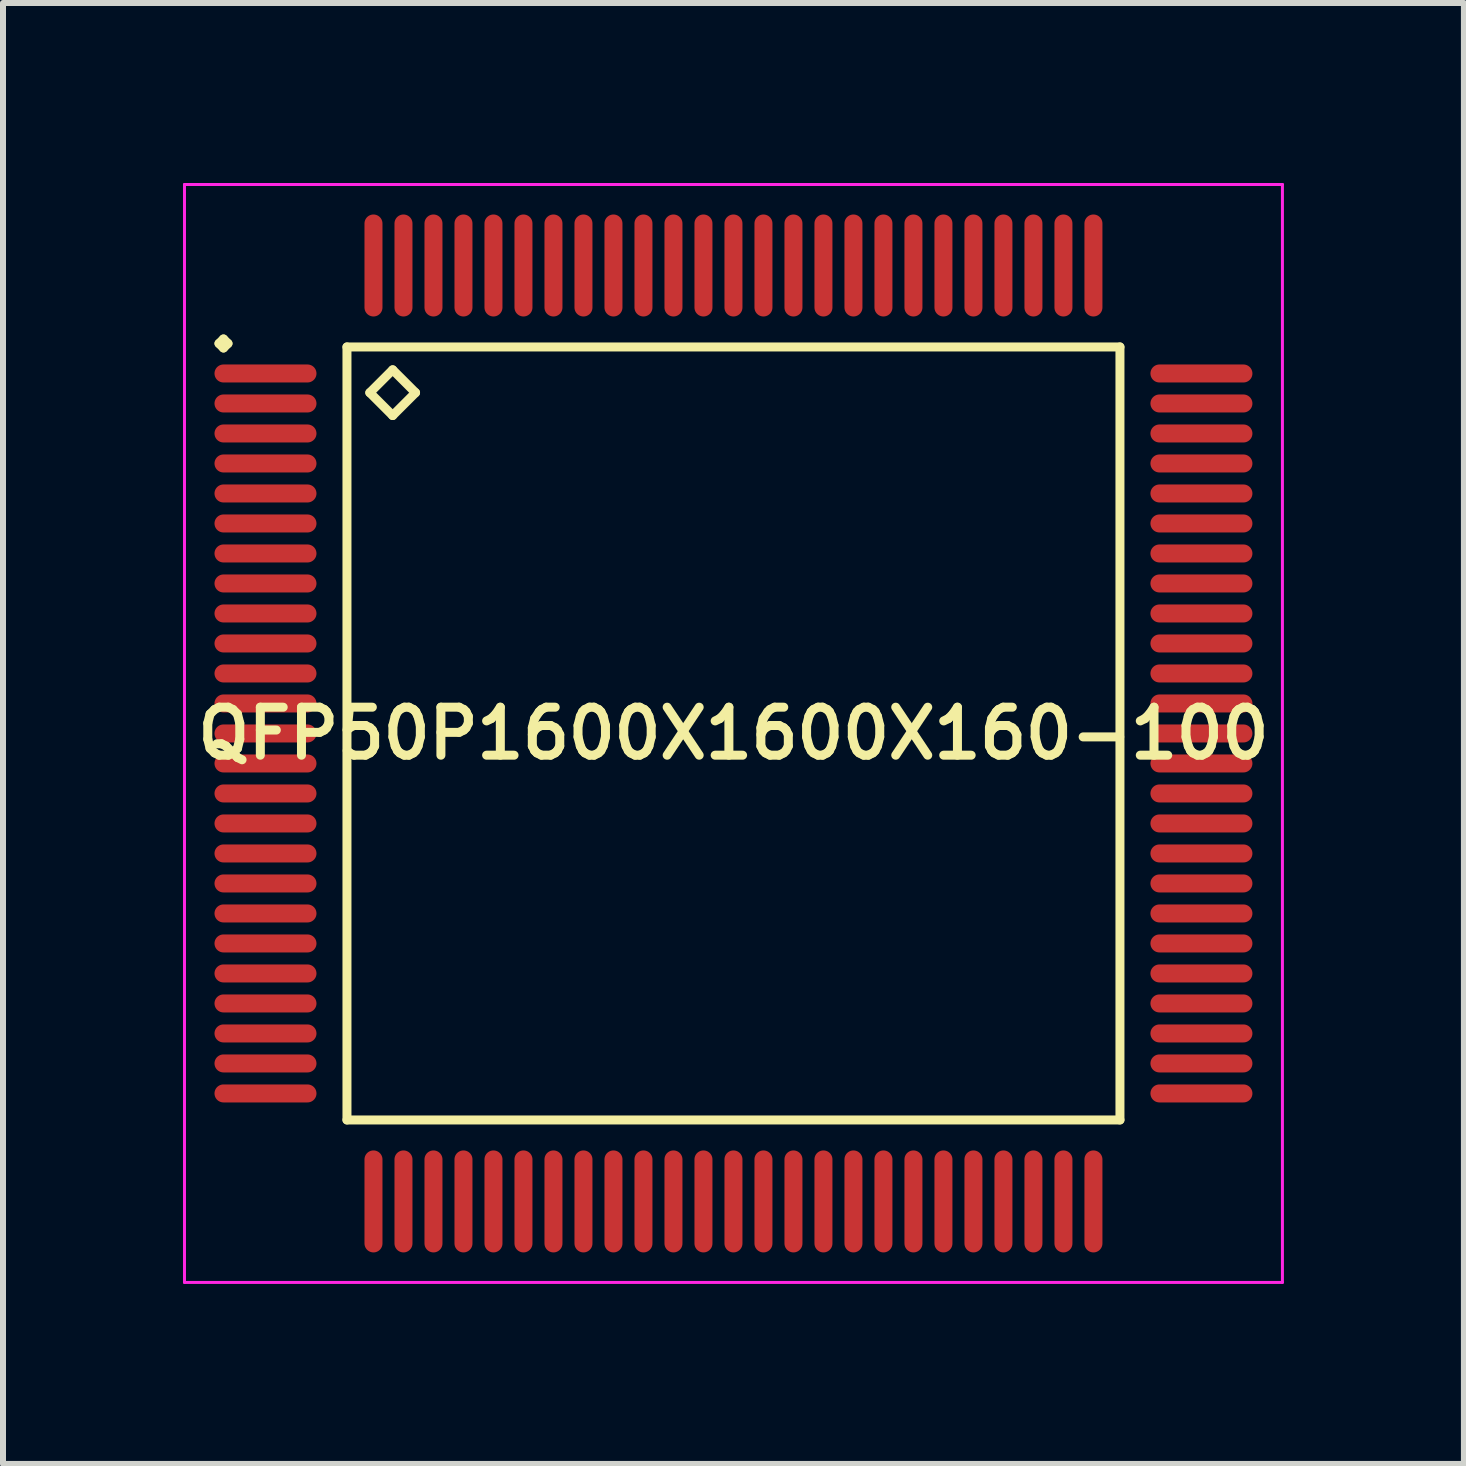
<source format=kicad_pcb>
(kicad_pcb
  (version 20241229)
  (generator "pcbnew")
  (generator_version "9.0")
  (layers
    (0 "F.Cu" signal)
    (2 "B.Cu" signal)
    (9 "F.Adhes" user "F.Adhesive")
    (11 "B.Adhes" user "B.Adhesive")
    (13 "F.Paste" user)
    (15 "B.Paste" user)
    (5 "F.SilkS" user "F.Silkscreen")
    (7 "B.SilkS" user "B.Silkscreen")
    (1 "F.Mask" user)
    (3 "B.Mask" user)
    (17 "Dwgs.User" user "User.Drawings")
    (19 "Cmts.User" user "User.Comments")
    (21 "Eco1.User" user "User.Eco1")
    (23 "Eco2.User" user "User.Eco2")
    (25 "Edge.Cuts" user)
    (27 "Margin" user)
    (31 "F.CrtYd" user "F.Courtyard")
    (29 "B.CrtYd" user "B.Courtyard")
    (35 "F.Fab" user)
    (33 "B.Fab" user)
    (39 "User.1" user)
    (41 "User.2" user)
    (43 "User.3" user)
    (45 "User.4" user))
  (footprint "QFP50P1600X1600X160-100"
    (layer "F.Cu")
    (at 9.175 9.175)
    (property "Reference" "QFP50P1600X1600X160-100" (at 0 0 0) (layer "F.SilkS") (effects (font (size 0.8 0.8) (thickness 0.15))))
    (attr smd)
    (fp_line (start -8.575 -6.5) (end -8.5 -6.575) (stroke (width 0.15) (type solid)) (layer "F.SilkS"))
    (fp_line (start -8.5 -6.575) (end -8.425 -6.5) (stroke (width 0.15) (type solid)) (layer "F.SilkS"))
    (fp_line (start -8.5 -6.425) (end -8.575 -6.5) (stroke (width 0.15) (type solid)) (layer "F.SilkS"))
    (fp_line (start -8.425 -6.5) (end -8.5 -6.425) (stroke (width 0.15) (type solid)) (layer "F.SilkS"))
    (fp_line (start -6.442 -6.442) (end -6.442 6.442) (stroke (width 0.15) (type solid)) (layer "F.SilkS"))
    (fp_line (start -6.442 6.442) (end 6.442 6.442) (stroke (width 0.15) (type solid)) (layer "F.SilkS"))
    (fp_line (start -6.061 -5.68) (end -5.68 -6.061) (stroke (width 0.15) (type solid)) (layer "F.SilkS"))
    (fp_line (start -5.68 -6.061) (end -5.299 -5.68) (stroke (width 0.15) (type solid)) (layer "F.SilkS"))
    (fp_line (start -5.68 -5.299) (end -6.061 -5.68) (stroke (width 0.15) (type solid)) (layer "F.SilkS"))
    (fp_line (start -5.299 -5.68) (end -5.68 -5.299) (stroke (width 0.15) (type solid)) (layer "F.SilkS"))
    (fp_line (start 6.442 -6.442) (end -6.442 -6.442) (stroke (width 0.15) (type solid)) (layer "F.SilkS"))
    (fp_line (start 6.442 6.442) (end 6.442 -6.442) (stroke (width 0.15) (type solid)) (layer "F.SilkS"))
    (fp_line (start -9.15 -9.15) (end 9.15 -9.15) (stroke (width 0.05) (type solid)) (layer "F.CrtYd"))
    (fp_line (start -9.15 9.15) (end -9.15 -9.15) (stroke (width 0.05) (type solid)) (layer "F.CrtYd"))
    (fp_line (start 9.15 -9.15) (end 9.15 9.15) (stroke (width 0.05) (type solid)) (layer "F.CrtYd"))
    (fp_line (start 9.15 9.15) (end -9.15 9.15) (stroke (width 0.05) (type solid)) (layer "F.CrtYd"))
    (pad "1" smd oval (at -7.8 -6) (size 1.7 0.3) (layers "F.Cu" "F.Mask" "F.Paste"))
    (pad "2" smd oval (at -7.8 -5.5) (size 1.7 0.3) (layers "F.Cu" "F.Mask" "F.Paste"))
    (pad "3" smd oval (at -7.8 -5) (size 1.7 0.3) (layers "F.Cu" "F.Mask" "F.Paste"))
    (pad "4" smd oval (at -7.8 -4.5) (size 1.7 0.3) (layers "F.Cu" "F.Mask" "F.Paste"))
    (pad "5" smd oval (at -7.8 -4) (size 1.7 0.3) (layers "F.Cu" "F.Mask" "F.Paste"))
    (pad "6" smd oval (at -7.8 -3.5) (size 1.7 0.3) (layers "F.Cu" "F.Mask" "F.Paste"))
    (pad "7" smd oval (at -7.8 -3) (size 1.7 0.3) (layers "F.Cu" "F.Mask" "F.Paste"))
    (pad "8" smd oval (at -7.8 -2.5) (size 1.7 0.3) (layers "F.Cu" "F.Mask" "F.Paste"))
    (pad "9" smd oval (at -7.8 -2) (size 1.7 0.3) (layers "F.Cu" "F.Mask" "F.Paste"))
    (pad "10" smd oval (at -7.8 -1.5) (size 1.7 0.3) (layers "F.Cu" "F.Mask" "F.Paste"))
    (pad "11" smd oval (at -7.8 -1) (size 1.7 0.3) (layers "F.Cu" "F.Mask" "F.Paste"))
    (pad "12" smd oval (at -7.8 -0.5) (size 1.7 0.3) (layers "F.Cu" "F.Mask" "F.Paste"))
    (pad "13" smd oval (at -7.8 0) (size 1.7 0.3) (layers "F.Cu" "F.Mask" "F.Paste"))
    (pad "14" smd oval (at -7.8 0.5) (size 1.7 0.3) (layers "F.Cu" "F.Mask" "F.Paste"))
    (pad "15" smd oval (at -7.8 1) (size 1.7 0.3) (layers "F.Cu" "F.Mask" "F.Paste"))
    (pad "16" smd oval (at -7.8 1.5) (size 1.7 0.3) (layers "F.Cu" "F.Mask" "F.Paste"))
    (pad "17" smd oval (at -7.8 2) (size 1.7 0.3) (layers "F.Cu" "F.Mask" "F.Paste"))
    (pad "18" smd oval (at -7.8 2.5) (size 1.7 0.3) (layers "F.Cu" "F.Mask" "F.Paste"))
    (pad "19" smd oval (at -7.8 3) (size 1.7 0.3) (layers "F.Cu" "F.Mask" "F.Paste"))
    (pad "20" smd oval (at -7.8 3.5) (size 1.7 0.3) (layers "F.Cu" "F.Mask" "F.Paste"))
    (pad "21" smd oval (at -7.8 4) (size 1.7 0.3) (layers "F.Cu" "F.Mask" "F.Paste"))
    (pad "22" smd oval (at -7.8 4.5) (size 1.7 0.3) (layers "F.Cu" "F.Mask" "F.Paste"))
    (pad "23" smd oval (at -7.8 5) (size 1.7 0.3) (layers "F.Cu" "F.Mask" "F.Paste"))
    (pad "24" smd oval (at -7.8 5.5) (size 1.7 0.3) (layers "F.Cu" "F.Mask" "F.Paste"))
    (pad "25" smd oval (at -7.8 6) (size 1.7 0.3) (layers "F.Cu" "F.Mask" "F.Paste"))
    (pad "26" smd oval (at -6 7.8) (size 0.3 1.7) (layers "F.Cu" "F.Mask" "F.Paste"))
    (pad "27" smd oval (at -5.5 7.8) (size 0.3 1.7) (layers "F.Cu" "F.Mask" "F.Paste"))
    (pad "28" smd oval (at -5 7.8) (size 0.3 1.7) (layers "F.Cu" "F.Mask" "F.Paste"))
    (pad "29" smd oval (at -4.5 7.8) (size 0.3 1.7) (layers "F.Cu" "F.Mask" "F.Paste"))
    (pad "30" smd oval (at -4 7.8) (size 0.3 1.7) (layers "F.Cu" "F.Mask" "F.Paste"))
    (pad "31" smd oval (at -3.5 7.8) (size 0.3 1.7) (layers "F.Cu" "F.Mask" "F.Paste"))
    (pad "32" smd oval (at -3 7.8) (size 0.3 1.7) (layers "F.Cu" "F.Mask" "F.Paste"))
    (pad "33" smd oval (at -2.5 7.8) (size 0.3 1.7) (layers "F.Cu" "F.Mask" "F.Paste"))
    (pad "34" smd oval (at -2 7.8) (size 0.3 1.7) (layers "F.Cu" "F.Mask" "F.Paste"))
    (pad "35" smd oval (at -1.5 7.8) (size 0.3 1.7) (layers "F.Cu" "F.Mask" "F.Paste"))
    (pad "36" smd oval (at -1 7.8) (size 0.3 1.7) (layers "F.Cu" "F.Mask" "F.Paste"))
    (pad "37" smd oval (at -0.5 7.8) (size 0.3 1.7) (layers "F.Cu" "F.Mask" "F.Paste"))
    (pad "38" smd oval (at 0 7.8) (size 0.3 1.7) (layers "F.Cu" "F.Mask" "F.Paste"))
    (pad "39" smd oval (at 0.5 7.8) (size 0.3 1.7) (layers "F.Cu" "F.Mask" "F.Paste"))
    (pad "40" smd oval (at 1 7.8) (size 0.3 1.7) (layers "F.Cu" "F.Mask" "F.Paste"))
    (pad "41" smd oval (at 1.5 7.8) (size 0.3 1.7) (layers "F.Cu" "F.Mask" "F.Paste"))
    (pad "42" smd oval (at 2 7.8) (size 0.3 1.7) (layers "F.Cu" "F.Mask" "F.Paste"))
    (pad "43" smd oval (at 2.5 7.8) (size 0.3 1.7) (layers "F.Cu" "F.Mask" "F.Paste"))
    (pad "44" smd oval (at 3 7.8) (size 0.3 1.7) (layers "F.Cu" "F.Mask" "F.Paste"))
    (pad "45" smd oval (at 3.5 7.8) (size 0.3 1.7) (layers "F.Cu" "F.Mask" "F.Paste"))
    (pad "46" smd oval (at 4 7.8) (size 0.3 1.7) (layers "F.Cu" "F.Mask" "F.Paste"))
    (pad "47" smd oval (at 4.5 7.8) (size 0.3 1.7) (layers "F.Cu" "F.Mask" "F.Paste"))
    (pad "48" smd oval (at 5 7.8) (size 0.3 1.7) (layers "F.Cu" "F.Mask" "F.Paste"))
    (pad "49" smd oval (at 5.5 7.8) (size 0.3 1.7) (layers "F.Cu" "F.Mask" "F.Paste"))
    (pad "50" smd oval (at 6 7.8) (size 0.3 1.7) (layers "F.Cu" "F.Mask" "F.Paste"))
    (pad "51" smd oval (at 7.8 6) (size 1.7 0.3) (layers "F.Cu" "F.Mask" "F.Paste"))
    (pad "52" smd oval (at 7.8 5.5) (size 1.7 0.3) (layers "F.Cu" "F.Mask" "F.Paste"))
    (pad "53" smd oval (at 7.8 5) (size 1.7 0.3) (layers "F.Cu" "F.Mask" "F.Paste"))
    (pad "54" smd oval (at 7.8 4.5) (size 1.7 0.3) (layers "F.Cu" "F.Mask" "F.Paste"))
    (pad "55" smd oval (at 7.8 4) (size 1.7 0.3) (layers "F.Cu" "F.Mask" "F.Paste"))
    (pad "56" smd oval (at 7.8 3.5) (size 1.7 0.3) (layers "F.Cu" "F.Mask" "F.Paste"))
    (pad "57" smd oval (at 7.8 3) (size 1.7 0.3) (layers "F.Cu" "F.Mask" "F.Paste"))
    (pad "58" smd oval (at 7.8 2.5) (size 1.7 0.3) (layers "F.Cu" "F.Mask" "F.Paste"))
    (pad "59" smd oval (at 7.8 2) (size 1.7 0.3) (layers "F.Cu" "F.Mask" "F.Paste"))
    (pad "60" smd oval (at 7.8 1.5) (size 1.7 0.3) (layers "F.Cu" "F.Mask" "F.Paste"))
    (pad "61" smd oval (at 7.8 1) (size 1.7 0.3) (layers "F.Cu" "F.Mask" "F.Paste"))
    (pad "62" smd oval (at 7.8 0.5) (size 1.7 0.3) (layers "F.Cu" "F.Mask" "F.Paste"))
    (pad "63" smd oval (at 7.8 0) (size 1.7 0.3) (layers "F.Cu" "F.Mask" "F.Paste"))
    (pad "64" smd oval (at 7.8 -0.5) (size 1.7 0.3) (layers "F.Cu" "F.Mask" "F.Paste"))
    (pad "65" smd oval (at 7.8 -1) (size 1.7 0.3) (layers "F.Cu" "F.Mask" "F.Paste"))
    (pad "66" smd oval (at 7.8 -1.5) (size 1.7 0.3) (layers "F.Cu" "F.Mask" "F.Paste"))
    (pad "67" smd oval (at 7.8 -2) (size 1.7 0.3) (layers "F.Cu" "F.Mask" "F.Paste"))
    (pad "68" smd oval (at 7.8 -2.5) (size 1.7 0.3) (layers "F.Cu" "F.Mask" "F.Paste"))
    (pad "69" smd oval (at 7.8 -3) (size 1.7 0.3) (layers "F.Cu" "F.Mask" "F.Paste"))
    (pad "70" smd oval (at 7.8 -3.5) (size 1.7 0.3) (layers "F.Cu" "F.Mask" "F.Paste"))
    (pad "71" smd oval (at 7.8 -4) (size 1.7 0.3) (layers "F.Cu" "F.Mask" "F.Paste"))
    (pad "72" smd oval (at 7.8 -4.5) (size 1.7 0.3) (layers "F.Cu" "F.Mask" "F.Paste"))
    (pad "73" smd oval (at 7.8 -5) (size 1.7 0.3) (layers "F.Cu" "F.Mask" "F.Paste"))
    (pad "74" smd oval (at 7.8 -5.5) (size 1.7 0.3) (layers "F.Cu" "F.Mask" "F.Paste"))
    (pad "75" smd oval (at 7.8 -6) (size 1.7 0.3) (layers "F.Cu" "F.Mask" "F.Paste"))
    (pad "76" smd oval (at 6 -7.8) (size 0.3 1.7) (layers "F.Cu" "F.Mask" "F.Paste"))
    (pad "77" smd oval (at 5.5 -7.8) (size 0.3 1.7) (layers "F.Cu" "F.Mask" "F.Paste"))
    (pad "78" smd oval (at 5 -7.8) (size 0.3 1.7) (layers "F.Cu" "F.Mask" "F.Paste"))
    (pad "79" smd oval (at 4.5 -7.8) (size 0.3 1.7) (layers "F.Cu" "F.Mask" "F.Paste"))
    (pad "80" smd oval (at 4 -7.8) (size 0.3 1.7) (layers "F.Cu" "F.Mask" "F.Paste"))
    (pad "81" smd oval (at 3.5 -7.8) (size 0.3 1.7) (layers "F.Cu" "F.Mask" "F.Paste"))
    (pad "82" smd oval (at 3 -7.8) (size 0.3 1.7) (layers "F.Cu" "F.Mask" "F.Paste"))
    (pad "83" smd oval (at 2.5 -7.8) (size 0.3 1.7) (layers "F.Cu" "F.Mask" "F.Paste"))
    (pad "84" smd oval (at 2 -7.8) (size 0.3 1.7) (layers "F.Cu" "F.Mask" "F.Paste"))
    (pad "85" smd oval (at 1.5 -7.8) (size 0.3 1.7) (layers "F.Cu" "F.Mask" "F.Paste"))
    (pad "86" smd oval (at 1 -7.8) (size 0.3 1.7) (layers "F.Cu" "F.Mask" "F.Paste"))
    (pad "87" smd oval (at 0.5 -7.8) (size 0.3 1.7) (layers "F.Cu" "F.Mask" "F.Paste"))
    (pad "88" smd oval (at 0 -7.8) (size 0.3 1.7) (layers "F.Cu" "F.Mask" "F.Paste"))
    (pad "89" smd oval (at -0.5 -7.8) (size 0.3 1.7) (layers "F.Cu" "F.Mask" "F.Paste"))
    (pad "90" smd oval (at -1 -7.8) (size 0.3 1.7) (layers "F.Cu" "F.Mask" "F.Paste"))
    (pad "91" smd oval (at -1.5 -7.8) (size 0.3 1.7) (layers "F.Cu" "F.Mask" "F.Paste"))
    (pad "92" smd oval (at -2 -7.8) (size 0.3 1.7) (layers "F.Cu" "F.Mask" "F.Paste"))
    (pad "93" smd oval (at -2.5 -7.8) (size 0.3 1.7) (layers "F.Cu" "F.Mask" "F.Paste"))
    (pad "94" smd oval (at -3 -7.8) (size 0.3 1.7) (layers "F.Cu" "F.Mask" "F.Paste"))
    (pad "95" smd oval (at -3.5 -7.8) (size 0.3 1.7) (layers "F.Cu" "F.Mask" "F.Paste"))
    (pad "96" smd oval (at -4 -7.8) (size 0.3 1.7) (layers "F.Cu" "F.Mask" "F.Paste"))
    (pad "97" smd oval (at -4.5 -7.8) (size 0.3 1.7) (layers "F.Cu" "F.Mask" "F.Paste"))
    (pad "98" smd oval (at -5 -7.8) (size 0.3 1.7) (layers "F.Cu" "F.Mask" "F.Paste"))
    (pad "99" smd oval (at -5.5 -7.8) (size 0.3 1.7) (layers "F.Cu" "F.Mask" "F.Paste"))
    (pad "100" smd oval (at -6 -7.8) (size 0.3 1.7) (layers "F.Cu" "F.Mask" "F.Paste")))
  (gr_rect
    (start -3 -3)
    (end 21.35 21.35)
    (stroke (width 0.1) (type default))
    (fill no)
    (layer "Edge.Cuts")))
</source>
